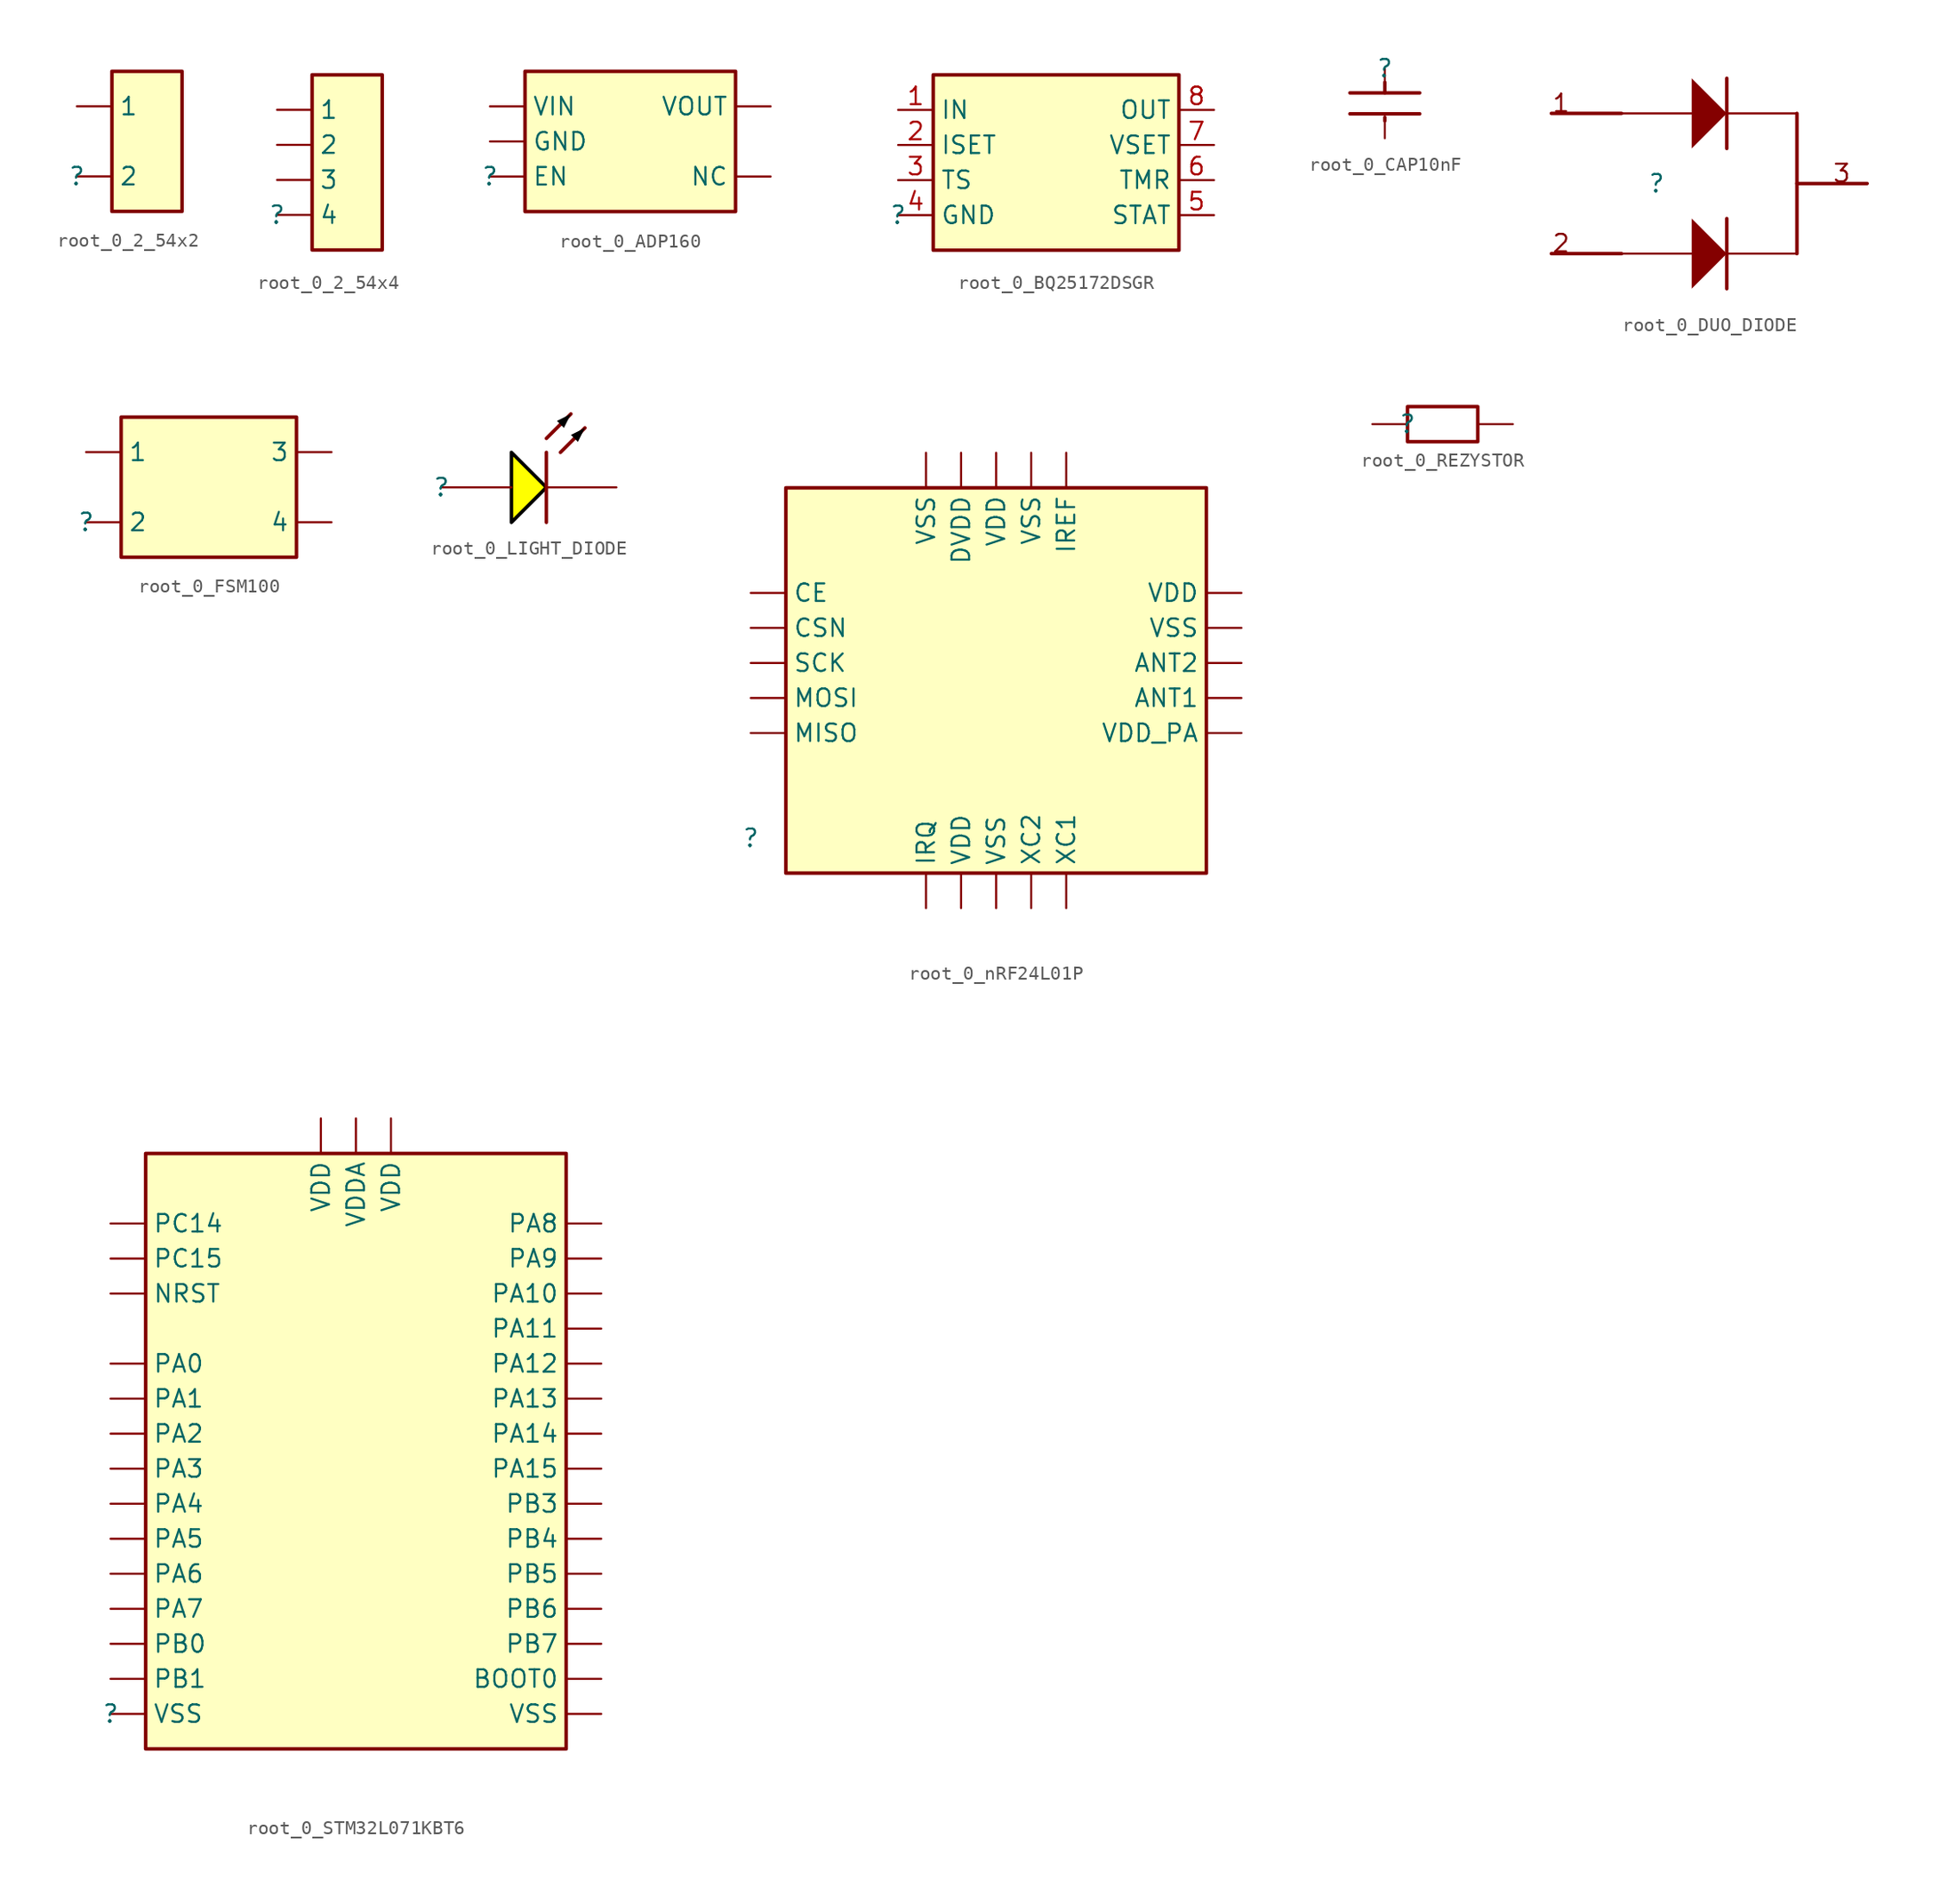
<source format=kicad_sym>
(kicad_symbol_lib
  (version 20231120)
  (generator "kicad_symbol_editor")
  (generator_version "8.0")
  (symbol "root_0_2_54x2"
    (property "Reference" ""
      (at 0 0 0)
      (effects (font (size 1.27 1.27))))
    (property "Value" ""
      (at 0 0 0)
      (effects (font (size 1.27 1.27))))
    (symbol "root_0_2_54x2_1_0"
      (rectangle (start 7.62 7.62) (end 2.54 -2.54) (stroke (width 0.254) (type solid) (color 128 0 0 1)) (fill (type background)))
      (pin passive line (at 0 5.08 0) (length 2.54) (name "1" (effects (font (size 1.27 1.27)))) (number "1" (effects (font (size 0 0)))))
      (pin passive line (at 0 0 0) (length 2.54) (name "2" (effects (font (size 1.27 1.27)))) (number "2" (effects (font (size 0 0)))))))
  (symbol "root_0_2_54x4"
    (property "Reference" ""
      (at 0 0 0)
      (effects (font (size 1.27 1.27))))
    (property "Value" ""
      (at 0 0 0)
      (effects (font (size 1.27 1.27))))
    (symbol "root_0_2_54x4_1_0"
      (rectangle (start 7.62 10.16) (end 2.54 -2.54) (stroke (width 0.254) (type solid) (color 128 0 0 1)) (fill (type background)))
      (pin passive line (at 0 7.62 0) (length 2.54) (name "1" (effects (font (size 1.27 1.27)))) (number "1" (effects (font (size 0 0)))))
      (pin passive line (at 0 5.08 0) (length 2.54) (name "2" (effects (font (size 1.27 1.27)))) (number "2" (effects (font (size 0 0)))))
      (pin passive line (at 0 2.54 0) (length 2.54) (name "3" (effects (font (size 1.27 1.27)))) (number "3" (effects (font (size 0 0)))))
      (pin passive line (at 0 0 0) (length 2.54) (name "4" (effects (font (size 1.27 1.27)))) (number "4" (effects (font (size 0 0)))))))
  (symbol "root_0_ADP160"
    (property "Reference" ""
      (at 0 0 0)
      (effects (font (size 1.27 1.27))))
    (property "Value" ""
      (at 0 0 0)
      (effects (font (size 1.27 1.27))))
    (symbol "root_0_ADP160_1_0"
      (rectangle (start 17.78 7.62) (end 2.54 -2.54) (stroke (width 0.254) (type solid) (color 128 0 0 1)) (fill (type background)))
      (pin passive line (at 0 5.08 0) (length 2.54) (name "VIN" (effects (font (size 1.27 1.27)))) (number "1" (effects (font (size 0 0)))))
      (pin passive line (at 0 2.54 0) (length 2.54) (name "GND" (effects (font (size 1.27 1.27)))) (number "2" (effects (font (size 0 0)))))
      (pin passive line (at 0 0 0) (length 2.54) (name "EN" (effects (font (size 1.27 1.27)))) (number "3" (effects (font (size 0 0)))))
      (pin passive line (at 20.32 5.08 180) (length 2.54) (name "VOUT" (effects (font (size 1.27 1.27)))) (number "4" (effects (font (size 0 0)))))
      (pin passive line (at 20.32 0 180) (length 2.54) (name "NC" (effects (font (size 1.27 1.27)))) (number "5" (effects (font (size 0 0)))))))
  (symbol "root_0_BQ25172DSGR"
    (property "Reference" ""
      (at 0 0 0)
      (effects (font (size 1.27 1.27))))
    (property "Value" ""
      (at 0 0 0)
      (effects (font (size 1.27 1.27))))
    (symbol "root_0_BQ25172DSGR_1_0"
      (rectangle (start 20.32 10.16) (end 2.54 -2.54) (stroke (width 0.254) (type solid) (color 128 0 0 1)) (fill (type background)))
      (pin passive line (at 0 7.62 0) (length 2.54) (name "IN" (effects (font (size 1.27 1.27)))) (number "1" (effects (font (size 1.27 1.27)))))
      (pin passive line (at 0 5.08 0) (length 2.54) (name "ISET" (effects (font (size 1.27 1.27)))) (number "2" (effects (font (size 1.27 1.27)))))
      (pin passive line (at 0 2.54 0) (length 2.54) (name "TS" (effects (font (size 1.27 1.27)))) (number "3" (effects (font (size 1.27 1.27)))))
      (pin passive line (at 0 0 0) (length 2.54) (name "GND" (effects (font (size 1.27 1.27)))) (number "4" (effects (font (size 1.27 1.27)))))
      (pin passive line (at 22.86 0 180) (length 2.54) (name "STAT" (effects (font (size 1.27 1.27)))) (number "5" (effects (font (size 1.27 1.27)))))
      (pin passive line (at 22.86 2.54 180) (length 2.54) (name "TMR" (effects (font (size 1.27 1.27)))) (number "6" (effects (font (size 1.27 1.27)))))
      (pin passive line (at 22.86 5.08 180) (length 2.54) (name "VSET" (effects (font (size 1.27 1.27)))) (number "7" (effects (font (size 1.27 1.27)))))
      (pin passive line (at 22.86 7.62 180) (length 2.54) (name "OUT" (effects (font (size 1.27 1.27)))) (number "8" (effects (font (size 1.27 1.27)))))))
  (symbol "root_0_CAP10nF"
    (property "Reference" ""
      (at 0 0 0)
      (effects (font (size 1.27 1.27))))
    (property "Value" ""
      (at 0 0 0)
      (effects (font (size 1.27 1.27))))
    (symbol "root_0_CAP10nF_1_0"
      (polyline (pts (xy 0 -3.556) (xy 0 -3.81)) (stroke (width 0.254) (type solid)) (fill (type none)))
      (polyline (pts (xy 0 -1.778) (xy 0 -1.016)) (stroke (width 0.254) (type solid)) (fill (type none)))
      (polyline (pts (xy 2.54 -3.302) (xy -2.54 -3.302)) (stroke (width 0.254) (type solid)) (fill (type none)))
      (polyline (pts (xy 2.54 -1.778) (xy -2.54 -1.778)) (stroke (width 0.254) (type solid)) (fill (type none)))
      (pin passive line (at 0 0 270) (length 1.778) (name "1" (effects (font (size 0 0)))) (number "1" (effects (font (size 0 0)))))
      (pin passive line (at 0 -5.08 90) (length 1.524) (name "2" (effects (font (size 0 0)))) (number "2" (effects (font (size 0 0)))))))
  (symbol "root_0_DUO_DIODE"
    (property "Reference" ""
      (at 0 0 0)
      (effects (font (size 1.27 1.27))))
    (property "Value" ""
      (at 0 0 0)
      (effects (font (size 1.27 1.27))))
    (symbol "root_0_DUO_DIODE_1_0"
      (polyline (pts (xy -2.54 -5.08) (xy -7.62 -5.08)) (stroke (width 0.254) (type solid)) (fill (type none)))
      (polyline (pts (xy -2.54 5.08) (xy -7.62 5.08)) (stroke (width 0.254) (type solid)) (fill (type none)))
      (polyline (pts (xy 5.08 -2.54) (xy 5.08 -7.62)) (stroke (width 0.254) (type solid)) (fill (type none)))
      (polyline (pts (xy 5.08 7.62) (xy 5.08 2.54)) (stroke (width 0.254) (type solid)) (fill (type none)))
      (polyline (pts (xy 10.16 0) (xy 15.24 0)) (stroke (width 0.254) (type solid)) (fill (type none)))
      (polyline (pts (xy 10.16 5.08) (xy 10.16 -5.08)) (stroke (width 0.254) (type solid)) (fill (type none)))
      (polyline (pts (xy 2.54 -7.62) (xy 5.08 -5.08) (xy 2.54 -2.54) (xy 2.54 -7.62)) (stroke (width -0.0001) (type solid)) (fill (type outline)))
      (polyline (pts (xy 2.54 2.54) (xy 5.08 5.08) (xy 2.54 7.62) (xy 2.54 2.54)) (stroke (width -0.0001) (type solid)) (fill (type outline)))
      (text "1" (at -7.62 5.08 0) (effects (font (size 1.27 1.27)) (justify left bottom)))
      (text "2" (at -7.62 -5.08 0) (effects (font (size 1.27 1.27)) (justify left bottom)))
      (text "3" (at 12.7 0 0) (effects (font (size 1.27 1.27)) (justify left bottom)))
      (pin passive line (at -2.54 5.08 0) (length 5.08) (name "A" (effects (font (size 0 0)))) (number "1" (effects (font (size 0 0)))))
      (pin passive line (at -2.54 -5.08 0) (length 5.08) (name "A" (effects (font (size 0 0)))) (number "2" (effects (font (size 0 0)))))
      (pin passive line (at 10.16 -5.08 180) (length 5.08) (name "K" (effects (font (size 0 0)))) (number "3" (effects (font (size 0 0)))))
      (pin passive line (at 10.16 5.08 180) (length 5.08) (name "K" (effects (font (size 0 0)))) (number "3" (effects (font (size 0 0)))))))
  (symbol "root_0_FSM100"
    (property "Reference" ""
      (at 0 0 0)
      (effects (font (size 1.27 1.27))))
    (property "Value" ""
      (at 0 0 0)
      (effects (font (size 1.27 1.27))))
    (symbol "root_0_FSM100_1_0"
      (rectangle (start 15.24 7.62) (end 2.54 -2.54) (stroke (width 0.254) (type solid) (color 128 0 0 1)) (fill (type background)))
      (pin passive line (at 0 5.08 0) (length 2.54) (name "1" (effects (font (size 1.27 1.27)))) (number "1" (effects (font (size 0 0)))))
      (pin passive line (at 0 0 0) (length 2.54) (name "2" (effects (font (size 1.27 1.27)))) (number "2" (effects (font (size 0 0)))))
      (pin passive line (at 17.78 5.08 180) (length 2.54) (name "3" (effects (font (size 1.27 1.27)))) (number "3" (effects (font (size 0 0)))))
      (pin passive line (at 17.78 0 180) (length 2.54) (name "4" (effects (font (size 1.27 1.27)))) (number "4" (effects (font (size 0 0)))))))
  (symbol "root_0_LIGHT_DIODE"
    (property "Reference" ""
      (at 0 0 0)
      (effects (font (size 1.27 1.27))))
    (property "Value" ""
      (at 0 0 0)
      (effects (font (size 1.27 1.27))))
    (symbol "root_0_LIGHT_DIODE_1_0"
      (polyline (pts (xy 7.62 2.54) (xy 7.62 -2.54)) (stroke (width 0.254) (type solid)) (fill (type none)))
      (polyline (pts (xy 7.62 3.556) (xy 9.398 5.334)) (stroke (width 0.254) (type solid)) (fill (type none)))
      (polyline (pts (xy 8.636 2.54) (xy 10.414 4.318)) (stroke (width 0.254) (type solid)) (fill (type none)))
      (polyline (pts (xy 5.08 -2.54) (xy 7.62 0) (xy 5.08 2.54) (xy 5.08 -2.54)) (stroke (width 0.254) (type solid) (color 0 0 0 1)) (fill (type color) (color 255 255 0 1)))
      (polyline (pts (xy 9.398 5.334) (xy 8.382 4.826) (xy 8.89 4.318) (xy 9.398 5.334)) (stroke (width -0.0001) (type solid) (color 0 0 0 1)) (fill (type outline)))
      (polyline (pts (xy 10.414 4.318) (xy 9.398 3.81) (xy 9.906 3.302) (xy 10.414 4.318)) (stroke (width -0.0001) (type solid) (color 0 0 0 1)) (fill (type outline)))
      (pin passive line (at 0 0 0) (length 5.08) (name "A" (effects (font (size 0 0)))) (number "1" (effects (font (size 0 0)))))
      (pin passive line (at 12.7 0 180) (length 5.08) (name "K" (effects (font (size 0 0)))) (number "2" (effects (font (size 0 0)))))))
  (symbol "root_0_nRF24L01P"
    (property "Reference" ""
      (at 0 0 0)
      (effects (font (size 1.27 1.27))))
    (property "Value" ""
      (at 0 0 0)
      (effects (font (size 1.27 1.27))))
    (symbol "root_0_nRF24L01P_1_0"
      (rectangle (start 33.02 25.4) (end 2.54 -2.54) (stroke (width 0.254) (type solid) (color 128 0 0 1)) (fill (type background)))
      (pin passive line (at 0 17.78 0) (length 2.54) (name "CE" (effects (font (size 1.27 1.27)))) (number "1" (effects (font (size 0 0)))))
      (pin passive line (at 22.86 -5.08 90) (length 2.54) (name "XC1" (effects (font (size 1.27 1.27)))) (number "10" (effects (font (size 0 0)))))
      (pin passive line (at 35.56 7.62 180) (length 2.54) (name "VDD_PA" (effects (font (size 1.27 1.27)))) (number "11" (effects (font (size 0 0)))))
      (pin passive line (at 35.56 10.16 180) (length 2.54) (name "ANT1" (effects (font (size 1.27 1.27)))) (number "12" (effects (font (size 0 0)))))
      (pin passive line (at 35.56 12.7 180) (length 2.54) (name "ANT2" (effects (font (size 1.27 1.27)))) (number "13" (effects (font (size 0 0)))))
      (pin passive line (at 35.56 15.24 180) (length 2.54) (name "VSS" (effects (font (size 1.27 1.27)))) (number "14" (effects (font (size 0 0)))))
      (pin passive line (at 35.56 17.78 180) (length 2.54) (name "VDD" (effects (font (size 1.27 1.27)))) (number "15" (effects (font (size 0 0)))))
      (pin passive line (at 22.86 27.94 270) (length 2.54) (name "IREF" (effects (font (size 1.27 1.27)))) (number "16" (effects (font (size 0 0)))))
      (pin passive line (at 20.32 27.94 270) (length 2.54) (name "VSS" (effects (font (size 1.27 1.27)))) (number "17" (effects (font (size 0 0)))))
      (pin passive line (at 17.78 27.94 270) (length 2.54) (name "VDD" (effects (font (size 1.27 1.27)))) (number "18" (effects (font (size 0 0)))))
      (pin passive line (at 15.24 27.94 270) (length 2.54) (name "DVDD" (effects (font (size 1.27 1.27)))) (number "19" (effects (font (size 0 0)))))
      (pin passive line (at 0 15.24 0) (length 2.54) (name "CSN" (effects (font (size 1.27 1.27)))) (number "2" (effects (font (size 0 0)))))
      (pin passive line (at 12.7 27.94 270) (length 2.54) (name "VSS" (effects (font (size 1.27 1.27)))) (number "20" (effects (font (size 0 0)))))
      (pin passive line (at 0 12.7 0) (length 2.54) (name "SCK" (effects (font (size 1.27 1.27)))) (number "3" (effects (font (size 0 0)))))
      (pin passive line (at 0 10.16 0) (length 2.54) (name "MOSI" (effects (font (size 1.27 1.27)))) (number "4" (effects (font (size 0 0)))))
      (pin passive line (at 0 7.62 0) (length 2.54) (name "MISO" (effects (font (size 1.27 1.27)))) (number "5" (effects (font (size 0 0)))))
      (pin passive line (at 12.7 -5.08 90) (length 2.54) (name "IRQ" (effects (font (size 1.27 1.27)))) (number "6" (effects (font (size 0 0)))))
      (pin passive line (at 15.24 -5.08 90) (length 2.54) (name "VDD" (effects (font (size 1.27 1.27)))) (number "7" (effects (font (size 0 0)))))
      (pin passive line (at 17.78 -5.08 90) (length 2.54) (name "VSS" (effects (font (size 1.27 1.27)))) (number "8" (effects (font (size 0 0)))))
      (pin passive line (at 20.32 -5.08 90) (length 2.54) (name "XC2" (effects (font (size 1.27 1.27)))) (number "9" (effects (font (size 0 0)))))))
  (symbol "root_0_REZYSTOR"
    (property "Reference" ""
      (at 0 0 0)
      (effects (font (size 1.27 1.27))))
    (property "Value" ""
      (at 0 0 0)
      (effects (font (size 1.27 1.27))))
    (symbol "root_0_REZYSTOR_1_0"
      (polyline (pts (xy 0 0) (xy 0 -1.27) (xy 5.08 -1.27) (xy 5.08 1.27) (xy 0 1.27) (xy 0 0)) (stroke (width 0.254) (type solid)) (fill (type none)))
      (pin passive line (at -2.54 0 0) (length 2.54) (name "" (effects (font (size 0 0)))) (number "1" (effects (font (size 0 0)))))
      (pin passive line (at 7.62 0 180) (length 2.54) (name "" (effects (font (size 0 0)))) (number "2" (effects (font (size 0 0)))))))
  (symbol "root_0_STM32L071KBT6"
    (property "Reference" ""
      (at 0 0 0)
      (effects (font (size 1.27 1.27))))
    (property "Value" ""
      (at 0 0 0)
      (effects (font (size 1.27 1.27))))
    (symbol "root_0_STM32L071KBT6_1_0"
      (rectangle (start 33.02 40.64) (end 2.54 -2.54) (stroke (width 0.254) (type solid) (color 128 0 0 1)) (fill (type background)))
      (pin passive line (at 15.24 43.18 270) (length 2.54) (name "VDD" (effects (font (size 1.27 1.27)))) (number "1" (effects (font (size 0 0)))))
      (pin passive line (at 0 15.24 0) (length 2.54) (name "PA4" (effects (font (size 1.27 1.27)))) (number "10" (effects (font (size 0 0)))))
      (pin passive line (at 0 12.7 0) (length 2.54) (name "PA5" (effects (font (size 1.27 1.27)))) (number "11" (effects (font (size 0 0)))))
      (pin passive line (at 0 10.16 0) (length 2.54) (name "PA6" (effects (font (size 1.27 1.27)))) (number "12" (effects (font (size 0 0)))))
      (pin passive line (at 0 7.62 0) (length 2.54) (name "PA7" (effects (font (size 1.27 1.27)))) (number "13" (effects (font (size 0 0)))))
      (pin passive line (at 0 5.08 0) (length 2.54) (name "PB0" (effects (font (size 1.27 1.27)))) (number "14" (effects (font (size 0 0)))))
      (pin passive line (at 0 2.54 0) (length 2.54) (name "PB1" (effects (font (size 1.27 1.27)))) (number "15" (effects (font (size 0 0)))))
      (pin passive line (at 0 0 0) (length 2.54) (name "VSS" (effects (font (size 1.27 1.27)))) (number "16" (effects (font (size 0 0)))))
      (pin passive line (at 20.32 43.18 270) (length 2.54) (name "VDD" (effects (font (size 1.27 1.27)))) (number "17" (effects (font (size 0 0)))))
      (pin passive line (at 35.56 35.56 180) (length 2.54) (name "PA8" (effects (font (size 1.27 1.27)))) (number "18" (effects (font (size 0 0)))))
      (pin passive line (at 35.56 33.02 180) (length 2.54) (name "PA9" (effects (font (size 1.27 1.27)))) (number "19" (effects (font (size 0 0)))))
      (pin passive line (at 0 35.56 0) (length 2.54) (name "PC14" (effects (font (size 1.27 1.27)))) (number "2" (effects (font (size 0 0)))))
      (pin passive line (at 35.56 30.48 180) (length 2.54) (name "PA10" (effects (font (size 1.27 1.27)))) (number "20" (effects (font (size 0 0)))))
      (pin passive line (at 35.56 27.94 180) (length 2.54) (name "PA11" (effects (font (size 1.27 1.27)))) (number "21" (effects (font (size 0 0)))))
      (pin passive line (at 35.56 25.4 180) (length 2.54) (name "PA12" (effects (font (size 1.27 1.27)))) (number "22" (effects (font (size 0 0)))))
      (pin passive line (at 35.56 22.86 180) (length 2.54) (name "PA13" (effects (font (size 1.27 1.27)))) (number "23" (effects (font (size 0 0)))))
      (pin passive line (at 35.56 20.32 180) (length 2.54) (name "PA14" (effects (font (size 1.27 1.27)))) (number "24" (effects (font (size 0 0)))))
      (pin passive line (at 35.56 17.78 180) (length 2.54) (name "PA15" (effects (font (size 1.27 1.27)))) (number "25" (effects (font (size 0 0)))))
      (pin passive line (at 35.56 15.24 180) (length 2.54) (name "PB3" (effects (font (size 1.27 1.27)))) (number "26" (effects (font (size 0 0)))))
      (pin passive line (at 35.56 12.7 180) (length 2.54) (name "PB4" (effects (font (size 1.27 1.27)))) (number "27" (effects (font (size 0 0)))))
      (pin passive line (at 35.56 10.16 180) (length 2.54) (name "PB5" (effects (font (size 1.27 1.27)))) (number "28" (effects (font (size 0 0)))))
      (pin passive line (at 35.56 7.62 180) (length 2.54) (name "PB6" (effects (font (size 1.27 1.27)))) (number "29" (effects (font (size 0 0)))))
      (pin passive line (at 0 33.02 0) (length 2.54) (name "PC15" (effects (font (size 1.27 1.27)))) (number "3" (effects (font (size 0 0)))))
      (pin passive line (at 35.56 5.08 180) (length 2.54) (name "PB7" (effects (font (size 1.27 1.27)))) (number "30" (effects (font (size 0 0)))))
      (pin passive line (at 35.56 2.54 180) (length 2.54) (name "BOOT0" (effects (font (size 1.27 1.27)))) (number "31" (effects (font (size 0 0)))))
      (pin passive line (at 35.56 0 180) (length 2.54) (name "VSS" (effects (font (size 1.27 1.27)))) (number "32" (effects (font (size 0 0)))))
      (pin passive line (at 0 30.48 0) (length 2.54) (name "NRST" (effects (font (size 1.27 1.27)))) (number "4" (effects (font (size 0 0)))))
      (pin passive line (at 17.78 43.18 270) (length 2.54) (name "VDDA" (effects (font (size 1.27 1.27)))) (number "5" (effects (font (size 0 0)))))
      (pin passive line (at 0 25.4 0) (length 2.54) (name "PA0" (effects (font (size 1.27 1.27)))) (number "6" (effects (font (size 0 0)))))
      (pin passive line (at 0 22.86 0) (length 2.54) (name "PA1" (effects (font (size 1.27 1.27)))) (number "7" (effects (font (size 0 0)))))
      (pin passive line (at 0 20.32 0) (length 2.54) (name "PA2" (effects (font (size 1.27 1.27)))) (number "8" (effects (font (size 0 0)))))
      (pin passive line (at 0 17.78 0) (length 2.54) (name "PA3" (effects (font (size 1.27 1.27)))) (number "9" (effects (font (size 0 0))))))))
</source>
